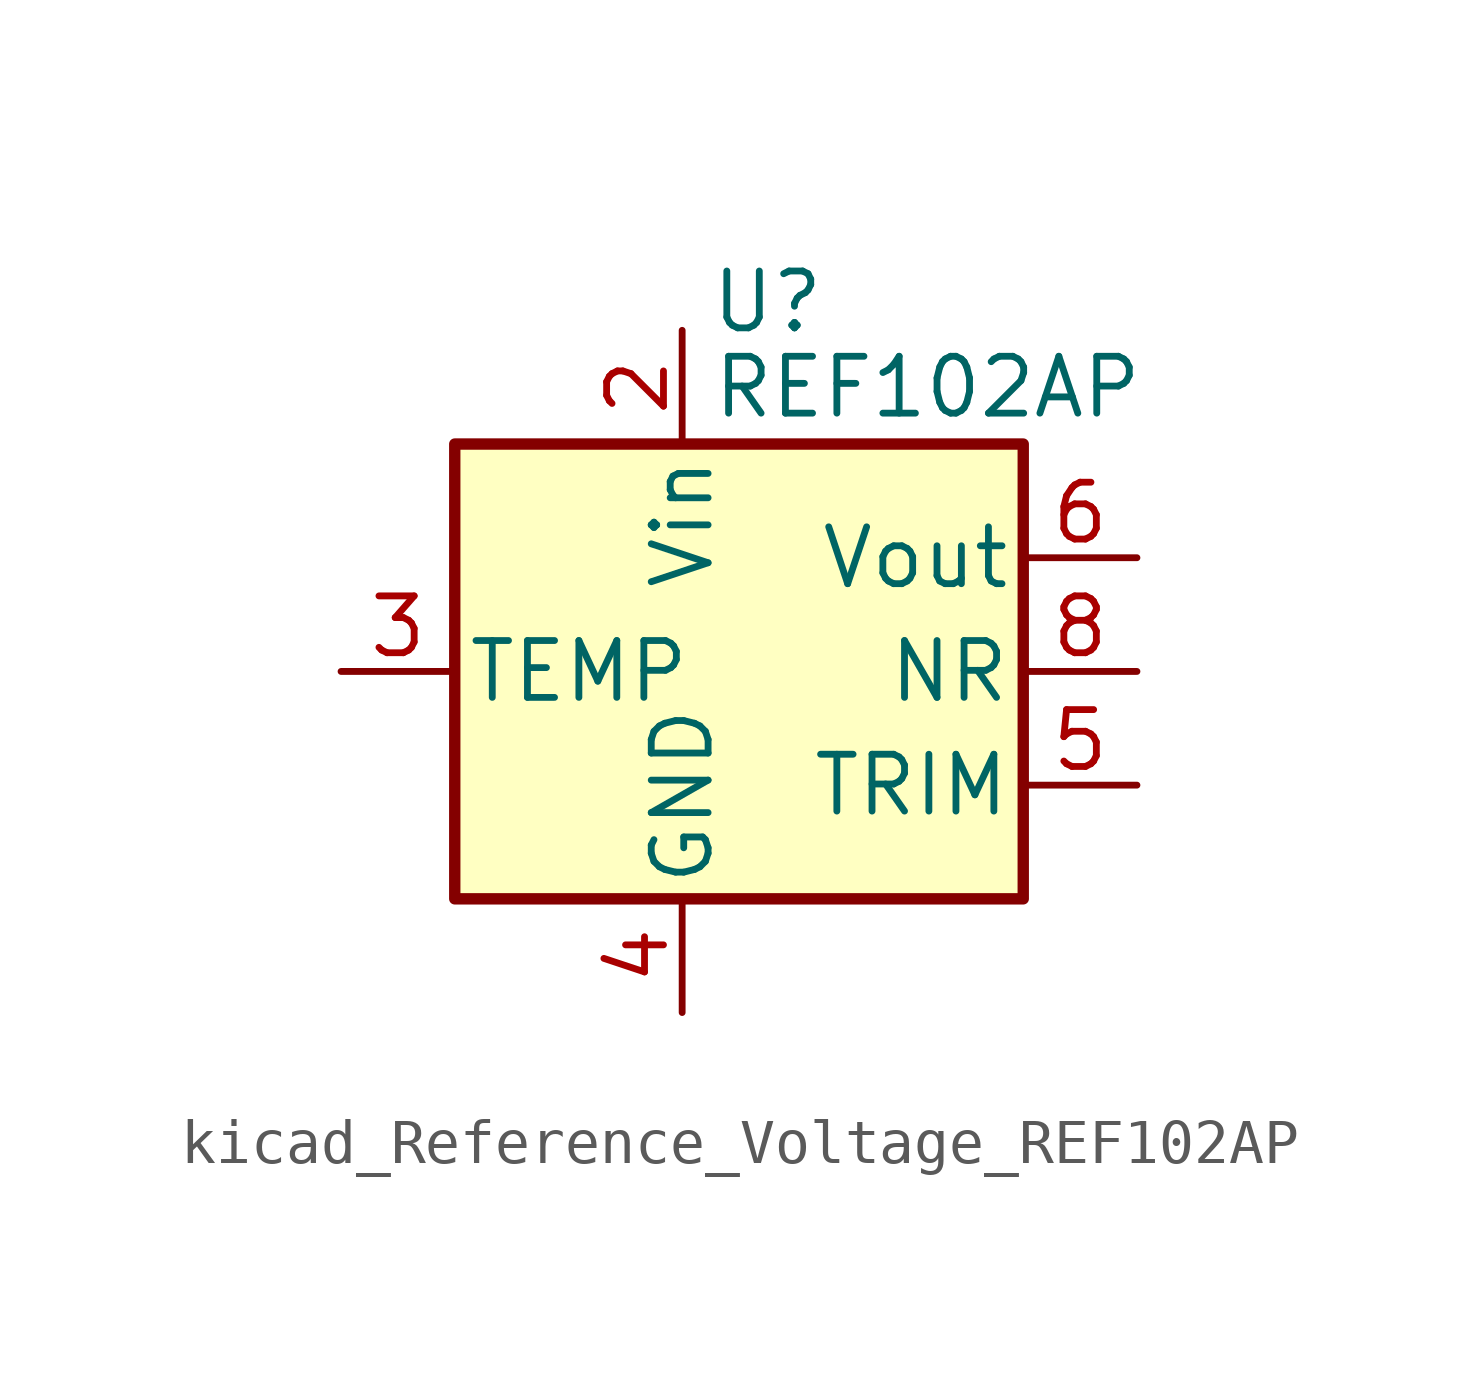
<source format=kicad_sym>
(kicad_symbol_lib
  (version 20220914)
  (generator kicad_symbol_editor)
  (symbol "kicad_Reference_Voltage_REF102AP"
    (pin_names
      (offset 0.254))
    (property "Reference" "U"
      (at -0.635 8.255 0)
      (effects (font (size 1.27 1.27))))
    (property "Value" "REF102AP"
      (at -1.905 6.35 0)
      (effects (font (size 1.27 1.27)) (justify left)))
    (symbol "kicad_Reference_Voltage_REF102AP_0_1"
      (rectangle (start -7.62 5.08) (end 5.08 -5.08) (stroke (width 0.254) (type default)) (fill (type background))))
    (symbol "kicad_Reference_Voltage_REF102AP_1_1"
      (pin no_connect line (at -5.08 -5.08 90) (length 2.54) hide (name "NC" (effects (font (size 1.27 1.27)))) (number "1" (effects (font (size 1.27 1.27)))))
      (pin power_in line (at -2.54 7.62 270) (length 2.54) (name "Vin" (effects (font (size 1.27 1.27)))) (number "2" (effects (font (size 1.27 1.27)))))
      (pin passive line (at -10.16 0 0) (length 2.54) (name "TEMP" (effects (font (size 1.27 1.27)))) (number "3" (effects (font (size 1.27 1.27)))))
      (pin power_in line (at -2.54 -7.62 90) (length 2.54) (name "GND" (effects (font (size 1.27 1.27)))) (number "4" (effects (font (size 1.27 1.27)))))
      (pin passive line (at 7.62 -2.54 180) (length 2.54) (name "TRIM" (effects (font (size 1.27 1.27)))) (number "5" (effects (font (size 1.27 1.27)))))
      (pin power_out line (at 7.62 2.54 180) (length 2.54) (name "Vout" (effects (font (size 1.27 1.27)))) (number "6" (effects (font (size 1.27 1.27)))))
      (pin no_connect line (at 0 -5.08 90) (length 2.54) hide (name "NC" (effects (font (size 1.27 1.27)))) (number "7" (effects (font (size 1.27 1.27)))))
      (pin passive line (at 7.62 0 180) (length 2.54) (name "NR" (effects (font (size 1.27 1.27)))) (number "8" (effects (font (size 1.27 1.27))))))))
</source>
